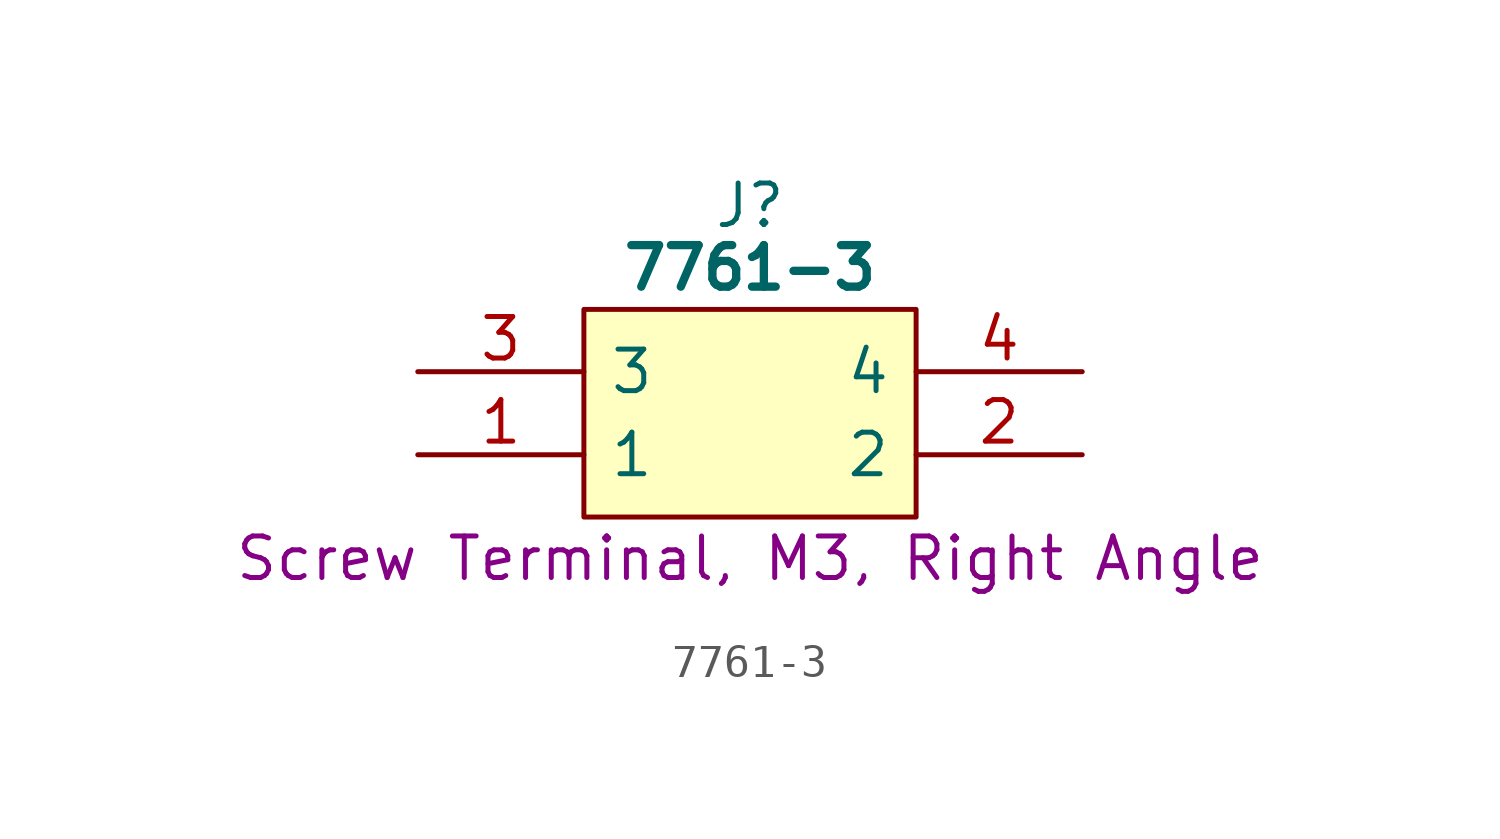
<source format=kicad_sym>
(kicad_symbol_lib
  (version 20231120)
  (generator "kicad_symbol_editor")
  (generator_version "8.0")
  (symbol "7761-3"
    (pin_names
      (offset 0.762))
    (property "Reference" "J"
      (at 10.16 5.08 0)
      (effects (font (size 1.27 1.27))))
    (property "Value" "7761-3"
      (at 10.16 3.175 0)
      (effects (font (size 1.27 1.27) (thickness 0.254) (bold yes))))
    (property "Description" "Screw Terminal, M3, Right Angle"
      (at 10.16 -5.715 0)
      (effects (font (size 1.27 1.27))))
    (symbol "7761-3_0_0"
      (pin passive line (at 0 -2.54 0) (length 5.08) (name "1" (effects (font (size 1.27 1.27)))) (number "1" (effects (font (size 1.27 1.27)))))
      (pin passive line (at 20.32 -2.54 180) (length 5.08) (name "2" (effects (font (size 1.27 1.27)))) (number "2" (effects (font (size 1.27 1.27)))))
      (pin passive line (at 0 0 0) (length 5.08) (name "3" (effects (font (size 1.27 1.27)))) (number "3" (effects (font (size 1.27 1.27)))))
      (pin passive line (at 20.32 0 180) (length 5.08) (name "4" (effects (font (size 1.27 1.27)))) (number "4" (effects (font (size 1.27 1.27))))))
    (symbol "7761-3_1_1"
      (polyline (pts (xy 5.08 1.905) (xy 15.24 1.905) (xy 15.24 -4.445) (xy 5.08 -4.445) (xy 5.08 1.905)) (stroke (width 0.152) (type solid)) (fill (type background))))))
</source>
